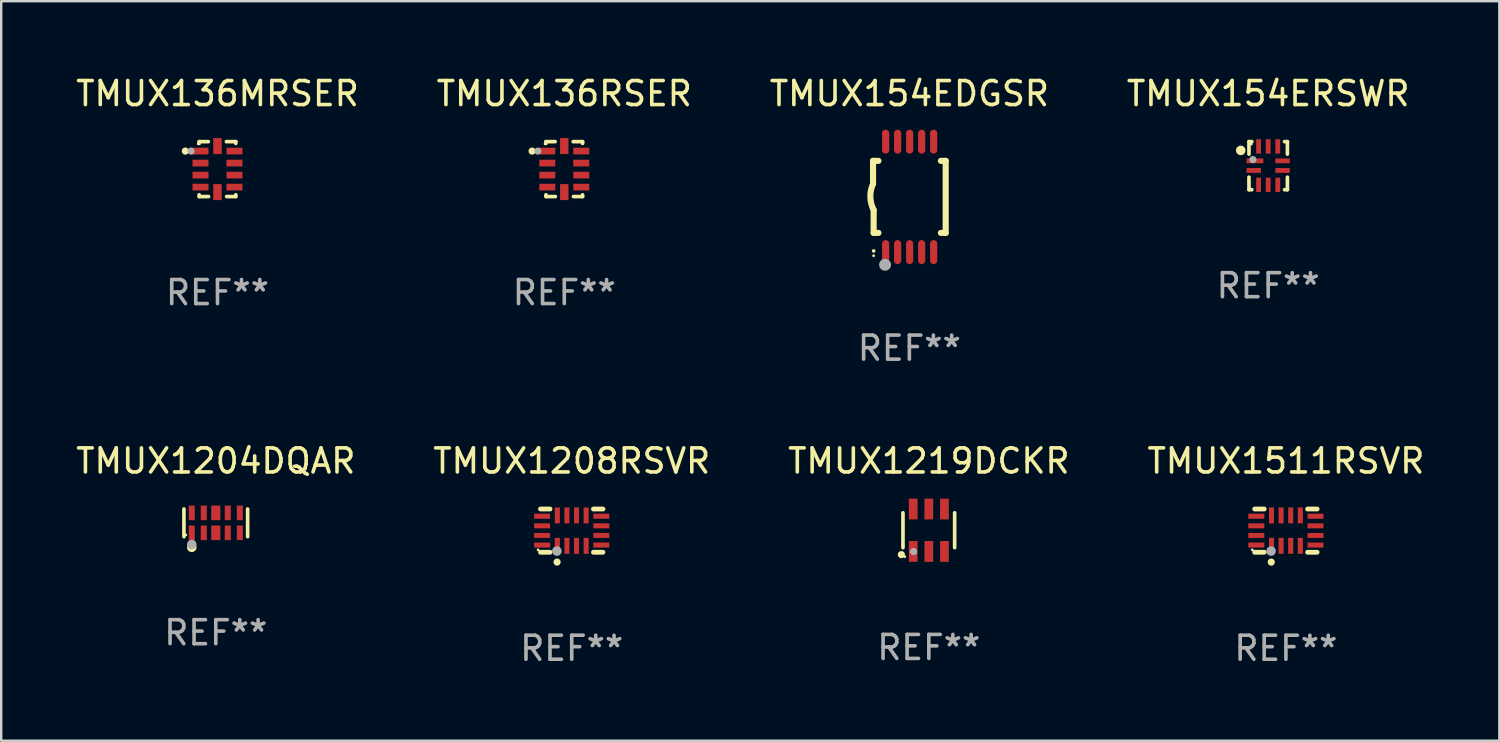
<source format=kicad_pcb>
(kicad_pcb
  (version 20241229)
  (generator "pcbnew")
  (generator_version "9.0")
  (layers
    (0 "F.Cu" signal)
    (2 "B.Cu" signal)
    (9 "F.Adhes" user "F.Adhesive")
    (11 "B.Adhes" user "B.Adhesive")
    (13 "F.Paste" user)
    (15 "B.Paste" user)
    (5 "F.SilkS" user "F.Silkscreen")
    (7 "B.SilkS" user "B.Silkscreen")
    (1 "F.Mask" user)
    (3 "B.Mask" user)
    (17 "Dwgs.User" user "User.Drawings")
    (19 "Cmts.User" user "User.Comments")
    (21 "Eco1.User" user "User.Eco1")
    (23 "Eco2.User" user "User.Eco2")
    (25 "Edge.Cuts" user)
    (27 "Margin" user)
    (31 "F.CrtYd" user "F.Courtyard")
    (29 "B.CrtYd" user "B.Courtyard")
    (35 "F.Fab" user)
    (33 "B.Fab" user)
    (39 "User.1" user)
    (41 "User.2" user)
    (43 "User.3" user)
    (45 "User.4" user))
  (footprint "TMUX154ERSWR"
    (layer "F.Cu")
    (at 49.756 3.848)
    (property "Reference" "TMUX154ERSWR" (at 0 -3 0) (layer "F.SilkS") (effects (font (size 1 1) (thickness 0.15))))
    (attr through_hole)
    (fp_line (start -0.8 -1) (end -0.68 -1) (stroke (width 0.152) (type solid)) (layer "F.SilkS"))
    (fp_line (start -0.8 -0.48) (end -0.8 -1) (stroke (width 0.152) (type solid)) (layer "F.SilkS"))
    (fp_line (start -0.8 1) (end -0.8 0.48) (stroke (width 0.152) (type solid)) (layer "F.SilkS"))
    (fp_line (start -0.68 1) (end -0.8 1) (stroke (width 0.152) (type solid)) (layer "F.SilkS"))
    (fp_line (start 0.68 -1) (end 0.8 -1) (stroke (width 0.152) (type solid)) (layer "F.SilkS"))
    (fp_line (start 0.8 -1) (end 0.8 -0.48) (stroke (width 0.152) (type solid)) (layer "F.SilkS"))
    (fp_line (start 0.8 0.48) (end 0.8 1) (stroke (width 0.152) (type solid)) (layer "F.SilkS"))
    (fp_line (start 0.8 1) (end 0.68 1) (stroke (width 0.152) (type solid)) (layer "F.SilkS"))
    (fp_circle (center -1.143 -0.635) (end -1.043 -0.635) (stroke (width 0.2) (type solid)) (fill no) (layer "F.SilkS"))
    (fp_circle (center -0.7 -0.9) (end -0.67 -0.9) (stroke (width 0.06) (type solid)) (fill no) (layer "F.SilkS"))
    (fp_circle (center -0.635 -0.254) (end -0.56 -0.254) (stroke (width 0.15) (type solid)) (fill no) (layer "F.Fab"))
    (fp_text user "REF**" (at 0 5 0) (layer "F.Fab") (effects (font (size 1 1) (thickness 0.15))))
    (pad "1" smd rect (at -0.55 -0.2) (size 0.7 0.2) (layers "F.Cu" "F.Mask" "F.Paste"))
    (pad "2" smd rect (at -0.6 0.2) (size 0.6 0.2) (layers "F.Cu" "F.Mask" "F.Paste"))
    (pad "3" smd rect (at -0.4 0.8) (size 0.2 0.6) (layers "F.Cu" "F.Mask" "F.Paste"))
    (pad "4" smd rect (at 0 0.8) (size 0.2 0.6) (layers "F.Cu" "F.Mask" "F.Paste"))
    (pad "5" smd rect (at 0.4 0.8) (size 0.2 0.6) (layers "F.Cu" "F.Mask" "F.Paste"))
    (pad "6" smd rect (at 0.6 0.2) (size 0.6 0.2) (layers "F.Cu" "F.Mask" "F.Paste"))
    (pad "7" smd rect (at 0.6 -0.2) (size 0.6 0.2) (layers "F.Cu" "F.Mask" "F.Paste"))
    (pad "8" smd rect (at 0.4 -0.8) (size 0.2 0.6) (layers "F.Cu" "F.Mask" "F.Paste"))
    (pad "9" smd rect (at 0 -0.8) (size 0.2 0.6) (layers "F.Cu" "F.Mask" "F.Paste"))
    (pad "10" smd rect (at -0.4 -0.8) (size 0.2 0.6) (layers "F.Cu" "F.Mask" "F.Paste")))
  (footprint "TMUX1511RSVR"
    (layer "F.Cu")
    (at 50.494 19.045)
    (property "Reference" "TMUX1511RSVR" (at 0 -2.9 0) (layer "F.SilkS") (effects (font (size 1 1) (thickness 0.15))))
    (attr through_hole)
    (fp_line (start -0.904 -0.9) (end -1.3 -0.9) (stroke (width 0.2) (type solid)) (layer "F.SilkS"))
    (fp_line (start -0.904 0.9) (end -1.3 0.9) (stroke (width 0.2) (type solid)) (layer "F.SilkS"))
    (fp_line (start 1.3 -0.9) (end 0.904 -0.9) (stroke (width 0.2) (type solid)) (layer "F.SilkS"))
    (fp_line (start 1.3 0.9) (end 0.904 0.9) (stroke (width 0.2) (type solid)) (layer "F.SilkS"))
    (fp_circle (center -1.4 0.8) (end -1.37 0.8) (stroke (width 0.06) (type solid)) (fill no) (layer "F.SilkS"))
    (fp_circle (center -0.61 1.31) (end -0.535 1.31) (stroke (width 0.15) (type solid)) (fill no) (layer "F.SilkS"))
    (fp_circle (center -0.618 0.851) (end -0.518 0.851) (stroke (width 0.2) (type solid)) (fill no) (layer "F.Fab"))
    (fp_text user "REF**" (at 0 4.9 0) (layer "F.Fab") (effects (font (size 1 1) (thickness 0.15))))
    (pad "1" smd rect (at -0.6 0.633) (size 0.21 0.665) (layers "F.Cu" "F.Mask" "F.Paste"))
    (pad "2" smd rect (at -0.2 0.633) (size 0.21 0.665) (layers "F.Cu" "F.Mask" "F.Paste"))
    (pad "3" smd rect (at 0.2 0.633) (size 0.21 0.665) (layers "F.Cu" "F.Mask" "F.Paste"))
    (pad "4" smd rect (at 0.6 0.633) (size 0.21 0.665) (layers "F.Cu" "F.Mask" "F.Paste"))
    (pad "5" smd rect (at 1.232 0.6) (size 0.665 0.21) (layers "F.Cu" "F.Mask" "F.Paste"))
    (pad "6" smd rect (at 1.232 0.2) (size 0.665 0.21) (layers "F.Cu" "F.Mask" "F.Paste"))
    (pad "7" smd rect (at 1.232 -0.2) (size 0.665 0.21) (layers "F.Cu" "F.Mask" "F.Paste"))
    (pad "8" smd rect (at 1.232 -0.6) (size 0.665 0.21) (layers "F.Cu" "F.Mask" "F.Paste"))
    (pad "9" smd rect (at 0.6 -0.633) (size 0.21 0.665) (layers "F.Cu" "F.Mask" "F.Paste"))
    (pad "10" smd rect (at 0.2 -0.633) (size 0.21 0.665) (layers "F.Cu" "F.Mask" "F.Paste"))
    (pad "11" smd rect (at -0.2 -0.633) (size 0.21 0.665) (layers "F.Cu" "F.Mask" "F.Paste"))
    (pad "12" smd rect (at -0.6 -0.633) (size 0.21 0.665) (layers "F.Cu" "F.Mask" "F.Paste"))
    (pad "13" smd rect (at -1.232 -0.6) (size 0.665 0.21) (layers "F.Cu" "F.Mask" "F.Paste"))
    (pad "14" smd rect (at -1.232 -0.2) (size 0.665 0.21) (layers "F.Cu" "F.Mask" "F.Paste"))
    (pad "15" smd rect (at -1.232 0.2) (size 0.665 0.21) (layers "F.Cu" "F.Mask" "F.Paste"))
    (pad "16" smd rect (at -1.232 0.6) (size 0.665 0.21) (layers "F.Cu" "F.Mask" "F.Paste")))
  (footprint "TMUX1204DQAR"
    (layer "F.Cu")
    (at 5.935 18.721)
    (property "Reference" "TMUX1204DQAR" (at 0 -2.576 0) (layer "F.SilkS") (effects (font (size 1 1) (thickness 0.15))))
    (attr through_hole)
    (fp_line (start -1.326 0.576) (end -1.326 -0.576) (stroke (width 0.152) (type solid)) (layer "F.SilkS"))
    (fp_line (start 1.326 -0.576) (end 1.326 0.576) (stroke (width 0.152) (type solid)) (layer "F.SilkS"))
    (fp_circle (center -1.25 0.5) (end -1.22 0.5) (stroke (width 0.06) (type solid)) (fill no) (layer "F.SilkS"))
    (fp_circle (center -1 1.019) (end -0.9 1.019) (stroke (width 0.2) (type solid)) (fill no) (layer "F.SilkS"))
    (fp_circle (center -1 0.9) (end -0.9 0.9) (stroke (width 0.2) (type solid)) (fill no) (layer "F.Fab"))
    (fp_text user "REF**" (at 0 4.576 0) (layer "F.Fab") (effects (font (size 1 1) (thickness 0.15))))
    (pad "1" smd rect (at -1 0.415) (size 0.25 0.609) (layers "F.Cu" "F.Mask" "F.Paste"))
    (pad "2" smd rect (at -0.5 0.415) (size 0.25 0.609) (layers "F.Cu" "F.Mask" "F.Paste"))
    (pad "3" smd rect (at 0 0.415) (size 0.38 0.609) (layers "F.Cu" "F.Mask" "F.Paste"))
    (pad "4" smd rect (at 0.5 0.415) (size 0.25 0.609) (layers "F.Cu" "F.Mask" "F.Paste"))
    (pad "5" smd rect (at 1 0.415) (size 0.25 0.609) (layers "F.Cu" "F.Mask" "F.Paste"))
    (pad "6" smd rect (at 1 -0.415) (size 0.25 0.609) (layers "F.Cu" "F.Mask" "F.Paste"))
    (pad "7" smd rect (at 0.5 -0.415) (size 0.25 0.609) (layers "F.Cu" "F.Mask" "F.Paste"))
    (pad "8" smd rect (at 0 -0.415) (size 0.38 0.609) (layers "F.Cu" "F.Mask" "F.Paste"))
    (pad "9" smd rect (at -0.5 -0.415) (size 0.25 0.609) (layers "F.Cu" "F.Mask" "F.Paste"))
    (pad "10" smd rect (at -1 -0.415) (size 0.25 0.609) (layers "F.Cu" "F.Mask" "F.Paste")))
  (footprint "TMUX154EDGSR"
    (layer "F.Cu")
    (at 34.815 5.148)
    (property "Reference" "TMUX154EDGSR" (at 0 -4.3 0) (layer "F.SilkS") (effects (font (size 1 1) (thickness 0.15))))
    (attr through_hole)
    (fp_line (start -1.512 -1.5) (end -1.512 -0.546) (stroke (width 0.254) (type solid)) (layer "F.SilkS"))
    (fp_line (start -1.487 0.546) (end -1.487 1.5) (stroke (width 0.254) (type solid)) (layer "F.SilkS"))
    (fp_line (start -1.288 -1.5) (end -1.512 -1.5) (stroke (width 0.254) (type solid)) (layer "F.SilkS"))
    (fp_line (start -1.288 1.5) (end -1.487 1.5) (stroke (width 0.254) (type solid)) (layer "F.SilkS"))
    (fp_line (start 1.512 -1.5) (end 1.312 -1.5) (stroke (width 0.254) (type solid)) (layer "F.SilkS"))
    (fp_line (start 1.512 -1.5) (end 1.512 1.5) (stroke (width 0.254) (type solid)) (layer "F.SilkS"))
    (fp_line (start 1.512 1.5) (end 1.312 1.5) (stroke (width 0.254) (type solid)) (layer "F.SilkS"))
    (fp_arc (start -1.487998 2.250013) (mid -1.486728 2.250007) (end -1.485458 2.250013) (stroke (width 0.150013) (type solid)) (layer "F.SilkS"))
    (fp_arc (start -1.486602 0.546102) (mid -1.624196 0.002905) (end -1.512002 -0.546101) (stroke (width 0.254001) (type solid)) (layer "F.SilkS"))
    (fp_circle (center -1.488 2.45) (end -1.458 2.45) (stroke (width 0.06) (type solid)) (fill no) (layer "F.SilkS"))
    (fp_circle (center -1.012 2.828) (end -0.887 2.828) (stroke (width 0.25) (type solid)) (fill no) (layer "F.Fab"))
    (fp_text user "REF**" (at 0 6.3 0) (layer "F.Fab") (effects (font (size 1 1) (thickness 0.15))))
    (pad "1" smd oval (at -0.988 2.3) (size 0.3 1) (layers "F.Cu" "F.Mask" "F.Paste"))
    (pad "2" smd oval (at -0.488 2.3) (size 0.3 1) (layers "F.Cu" "F.Mask" "F.Paste"))
    (pad "3" smd oval (at 0.012 2.3) (size 0.3 1) (layers "F.Cu" "F.Mask" "F.Paste"))
    (pad "4" smd oval (at 0.512 2.3) (size 0.3 1) (layers "F.Cu" "F.Mask" "F.Paste"))
    (pad "5" smd oval (at 1.012 2.3) (size 0.3 1) (layers "F.Cu" "F.Mask" "F.Paste"))
    (pad "6" smd oval (at 1.012 -2.3) (size 0.3 1) (layers "F.Cu" "F.Mask" "F.Paste"))
    (pad "7" smd oval (at 0.512 -2.3) (size 0.3 1) (layers "F.Cu" "F.Mask" "F.Paste"))
    (pad "8" smd oval (at 0.012 -2.3) (size 0.3 1) (layers "F.Cu" "F.Mask" "F.Paste"))
    (pad "9" smd oval (at -0.488 -2.3) (size 0.3 1) (layers "F.Cu" "F.Mask" "F.Paste"))
    (pad "10" smd oval (at -0.988 -2.3) (size 0.3 1) (layers "F.Cu" "F.Mask" "F.Paste")))
  (footprint "TMUX136MRSER"
    (layer "F.Cu")
    (at 6.006 3.991)
    (property "Reference" "TMUX136MRSER" (at 0 -3.143 0) (layer "F.SilkS") (effects (font (size 1 1) (thickness 0.15))))
    (attr through_hole)
    (fp_line (start -0.762 -1.143) (end -0.762 -1.07) (stroke (width 0.152) (type solid)) (layer "F.SilkS"))
    (fp_line (start -0.762 -1.143) (end -0.381 -1.143) (stroke (width 0.152) (type solid)) (layer "F.SilkS"))
    (fp_line (start -0.762 1.07) (end -0.762 1.143) (stroke (width 0.152) (type solid)) (layer "F.SilkS"))
    (fp_line (start -0.762 1.143) (end -0.371 1.143) (stroke (width 0.152) (type solid)) (layer "F.SilkS"))
    (fp_line (start 0.762 -1.143) (end 0.371 -1.143) (stroke (width 0.152) (type solid)) (layer "F.SilkS"))
    (fp_line (start 0.762 -1.143) (end 0.762 -1.07) (stroke (width 0.152) (type solid)) (layer "F.SilkS"))
    (fp_line (start 0.762 1.07) (end 0.762 1.143) (stroke (width 0.152) (type solid)) (layer "F.SilkS"))
    (fp_line (start 0.762 1.143) (end 0.381 1.143) (stroke (width 0.152) (type solid)) (layer "F.SilkS"))
    (fp_circle (center -1.34 -0.75) (end -1.265 -0.75) (stroke (width 0.15) (type solid)) (fill no) (layer "F.SilkS"))
    (fp_circle (center -0.8 -1.05) (end -0.77 -1.05) (stroke (width 0.06) (type solid)) (fill no) (layer "F.SilkS"))
    (fp_circle (center -1.1 -0.75) (end -1.025 -0.75) (stroke (width 0.15) (type solid)) (fill no) (layer "F.Fab"))
    (fp_text user "REF**" (at 0 5.143 0) (layer "F.Fab") (effects (font (size 1 1) (thickness 0.15))))
    (pad "1" smd rect (at -0.707 -0.75 270) (size 0.28 0.665) (layers "F.Cu" "F.Mask" "F.Paste"))
    (pad "2" smd rect (at -0.707 -0.25 270) (size 0.28 0.665) (layers "F.Cu" "F.Mask" "F.Paste"))
    (pad "3" smd rect (at -0.707 0.25 270) (size 0.28 0.665) (layers "F.Cu" "F.Mask" "F.Paste"))
    (pad "4" smd rect (at -0.707 0.75 270) (size 0.28 0.665) (layers "F.Cu" "F.Mask" "F.Paste"))
    (pad "5" smd rect (at 0 0.958 270) (size 0.665 0.35) (layers "F.Cu" "F.Mask" "F.Paste"))
    (pad "6" smd rect (at 0.707 0.75 270) (size 0.28 0.665) (layers "F.Cu" "F.Mask" "F.Paste"))
    (pad "7" smd rect (at 0.707 0.25 270) (size 0.28 0.665) (layers "F.Cu" "F.Mask" "F.Paste"))
    (pad "8" smd rect (at 0.707 -0.25 270) (size 0.28 0.665) (layers "F.Cu" "F.Mask" "F.Paste"))
    (pad "9" smd rect (at 0.707 -0.75 270) (size 0.28 0.665) (layers "F.Cu" "F.Mask" "F.Paste"))
    (pad "10" smd rect (at 0 -0.958 270) (size 0.665 0.35) (layers "F.Cu" "F.Mask" "F.Paste")))
  (footprint "TMUX136RSER"
    (layer "F.Cu")
    (at 20.446 3.991)
    (property "Reference" "TMUX136RSER" (at 0 -3.143 0) (layer "F.SilkS") (effects (font (size 1 1) (thickness 0.15))))
    (attr through_hole)
    (fp_line (start -0.762 -1.143) (end -0.762 -1.07) (stroke (width 0.152) (type solid)) (layer "F.SilkS"))
    (fp_line (start -0.762 -1.143) (end -0.381 -1.143) (stroke (width 0.152) (type solid)) (layer "F.SilkS"))
    (fp_line (start -0.762 1.07) (end -0.762 1.143) (stroke (width 0.152) (type solid)) (layer "F.SilkS"))
    (fp_line (start -0.762 1.143) (end -0.371 1.143) (stroke (width 0.152) (type solid)) (layer "F.SilkS"))
    (fp_line (start 0.762 -1.143) (end 0.371 -1.143) (stroke (width 0.152) (type solid)) (layer "F.SilkS"))
    (fp_line (start 0.762 -1.143) (end 0.762 -1.07) (stroke (width 0.152) (type solid)) (layer "F.SilkS"))
    (fp_line (start 0.762 1.07) (end 0.762 1.143) (stroke (width 0.152) (type solid)) (layer "F.SilkS"))
    (fp_line (start 0.762 1.143) (end 0.381 1.143) (stroke (width 0.152) (type solid)) (layer "F.SilkS"))
    (fp_circle (center -1.34 -0.75) (end -1.265 -0.75) (stroke (width 0.15) (type solid)) (fill no) (layer "F.SilkS"))
    (fp_circle (center -0.8 -1.05) (end -0.77 -1.05) (stroke (width 0.06) (type solid)) (fill no) (layer "F.SilkS"))
    (fp_circle (center -1.1 -0.75) (end -1.025 -0.75) (stroke (width 0.15) (type solid)) (fill no) (layer "F.Fab"))
    (fp_text user "REF**" (at 0 5.143 0) (layer "F.Fab") (effects (font (size 1 1) (thickness 0.15))))
    (pad "1" smd rect (at -0.707 -0.75 270) (size 0.28 0.665) (layers "F.Cu" "F.Mask" "F.Paste"))
    (pad "2" smd rect (at -0.707 -0.25 270) (size 0.28 0.665) (layers "F.Cu" "F.Mask" "F.Paste"))
    (pad "3" smd rect (at -0.707 0.25 270) (size 0.28 0.665) (layers "F.Cu" "F.Mask" "F.Paste"))
    (pad "4" smd rect (at -0.707 0.75 270) (size 0.28 0.665) (layers "F.Cu" "F.Mask" "F.Paste"))
    (pad "5" smd rect (at 0 0.958 270) (size 0.665 0.35) (layers "F.Cu" "F.Mask" "F.Paste"))
    (pad "6" smd rect (at 0.707 0.75 270) (size 0.28 0.665) (layers "F.Cu" "F.Mask" "F.Paste"))
    (pad "7" smd rect (at 0.707 0.25 270) (size 0.28 0.665) (layers "F.Cu" "F.Mask" "F.Paste"))
    (pad "8" smd rect (at 0.707 -0.25 270) (size 0.28 0.665) (layers "F.Cu" "F.Mask" "F.Paste"))
    (pad "9" smd rect (at 0.707 -0.75 270) (size 0.28 0.665) (layers "F.Cu" "F.Mask" "F.Paste"))
    (pad "10" smd rect (at 0 -0.958 270) (size 0.665 0.35) (layers "F.Cu" "F.Mask" "F.Paste")))
  (footprint "TMUX1219DCKR"
    (layer "F.Cu")
    (at 35.625 19.028)
    (property "Reference" "TMUX1219DCKR" (at 0 -2.883 0) (layer "F.SilkS") (effects (font (size 1 1) (thickness 0.15))))
    (attr through_hole)
    (fp_line (start -1.076 0.726) (end -1.076 -0.726) (stroke (width 0.152) (type solid)) (layer "F.SilkS"))
    (fp_line (start 1.076 0.726) (end 1.076 -0.726) (stroke (width 0.152) (type solid)) (layer "F.SilkS"))
    (fp_circle (center -1.143 1.016) (end -1.068 1.016) (stroke (width 0.15) (type solid)) (fill no) (layer "F.SilkS"))
    (fp_circle (center -1 1.1) (end -0.97 1.1) (stroke (width 0.06) (type solid)) (fill no) (layer "F.SilkS"))
    (fp_circle (center -0.635 0.889) (end -0.56 0.889) (stroke (width 0.15) (type solid)) (fill no) (layer "F.Fab"))
    (fp_text user "REF**" (at 0 4.883 0) (layer "F.Fab") (effects (font (size 1 1) (thickness 0.15))))
    (pad "1" smd rect (at -0.65 0.883) (size 0.364 0.866) (layers "F.Cu" "F.Mask" "F.Paste"))
    (pad "2" smd rect (at 0 0.883) (size 0.364 0.866) (layers "F.Cu" "F.Mask" "F.Paste"))
    (pad "3" smd rect (at 0.65 0.883) (size 0.364 0.866) (layers "F.Cu" "F.Mask" "F.Paste"))
    (pad "4" smd rect (at 0.65 -0.883) (size 0.364 0.866) (layers "F.Cu" "F.Mask" "F.Paste"))
    (pad "5" smd rect (at 0 -0.883) (size 0.364 0.866) (layers "F.Cu" "F.Mask" "F.Paste"))
    (pad "6" smd rect (at -0.65 -0.883) (size 0.364 0.866) (layers "F.Cu" "F.Mask" "F.Paste")))
  (footprint "TMUX1208RSVR"
    (layer "F.Cu")
    (at 20.756 19.045)
    (property "Reference" "TMUX1208RSVR" (at 0 -2.9 0) (layer "F.SilkS") (effects (font (size 1 1) (thickness 0.15))))
    (attr through_hole)
    (fp_line (start -0.904 -0.9) (end -1.3 -0.9) (stroke (width 0.2) (type solid)) (layer "F.SilkS"))
    (fp_line (start -0.904 0.9) (end -1.3 0.9) (stroke (width 0.2) (type solid)) (layer "F.SilkS"))
    (fp_line (start 1.3 -0.9) (end 0.904 -0.9) (stroke (width 0.2) (type solid)) (layer "F.SilkS"))
    (fp_line (start 1.3 0.9) (end 0.904 0.9) (stroke (width 0.2) (type solid)) (layer "F.SilkS"))
    (fp_circle (center -1.4 0.8) (end -1.37 0.8) (stroke (width 0.06) (type solid)) (fill no) (layer "F.SilkS"))
    (fp_circle (center -0.61 1.31) (end -0.535 1.31) (stroke (width 0.15) (type solid)) (fill no) (layer "F.SilkS"))
    (fp_circle (center -0.618 0.851) (end -0.518 0.851) (stroke (width 0.2) (type solid)) (fill no) (layer "F.Fab"))
    (fp_text user "REF**" (at 0 4.9 0) (layer "F.Fab") (effects (font (size 1 1) (thickness 0.15))))
    (pad "1" smd rect (at -0.6 0.633) (size 0.21 0.665) (layers "F.Cu" "F.Mask" "F.Paste"))
    (pad "2" smd rect (at -0.2 0.633) (size 0.21 0.665) (layers "F.Cu" "F.Mask" "F.Paste"))
    (pad "3" smd rect (at 0.2 0.633) (size 0.21 0.665) (layers "F.Cu" "F.Mask" "F.Paste"))
    (pad "4" smd rect (at 0.6 0.633) (size 0.21 0.665) (layers "F.Cu" "F.Mask" "F.Paste"))
    (pad "5" smd rect (at 1.232 0.6) (size 0.665 0.21) (layers "F.Cu" "F.Mask" "F.Paste"))
    (pad "6" smd rect (at 1.232 0.2) (size 0.665 0.21) (layers "F.Cu" "F.Mask" "F.Paste"))
    (pad "7" smd rect (at 1.232 -0.2) (size 0.665 0.21) (layers "F.Cu" "F.Mask" "F.Paste"))
    (pad "8" smd rect (at 1.232 -0.6) (size 0.665 0.21) (layers "F.Cu" "F.Mask" "F.Paste"))
    (pad "9" smd rect (at 0.6 -0.633) (size 0.21 0.665) (layers "F.Cu" "F.Mask" "F.Paste"))
    (pad "10" smd rect (at 0.2 -0.633) (size 0.21 0.665) (layers "F.Cu" "F.Mask" "F.Paste"))
    (pad "11" smd rect (at -0.2 -0.633) (size 0.21 0.665) (layers "F.Cu" "F.Mask" "F.Paste"))
    (pad "12" smd rect (at -0.6 -0.633) (size 0.21 0.665) (layers "F.Cu" "F.Mask" "F.Paste"))
    (pad "13" smd rect (at -1.232 -0.6) (size 0.665 0.21) (layers "F.Cu" "F.Mask" "F.Paste"))
    (pad "14" smd rect (at -1.232 -0.2) (size 0.665 0.21) (layers "F.Cu" "F.Mask" "F.Paste"))
    (pad "15" smd rect (at -1.232 0.2) (size 0.665 0.21) (layers "F.Cu" "F.Mask" "F.Paste"))
    (pad "16" smd rect (at -1.232 0.6) (size 0.665 0.21) (layers "F.Cu" "F.Mask" "F.Paste")))
  (gr_rect
    (start -3 -3)
    (end 59.381 27.793)
    (stroke (width 0.1) (type default))
    (fill no)
    (layer "Edge.Cuts")))
</source>
